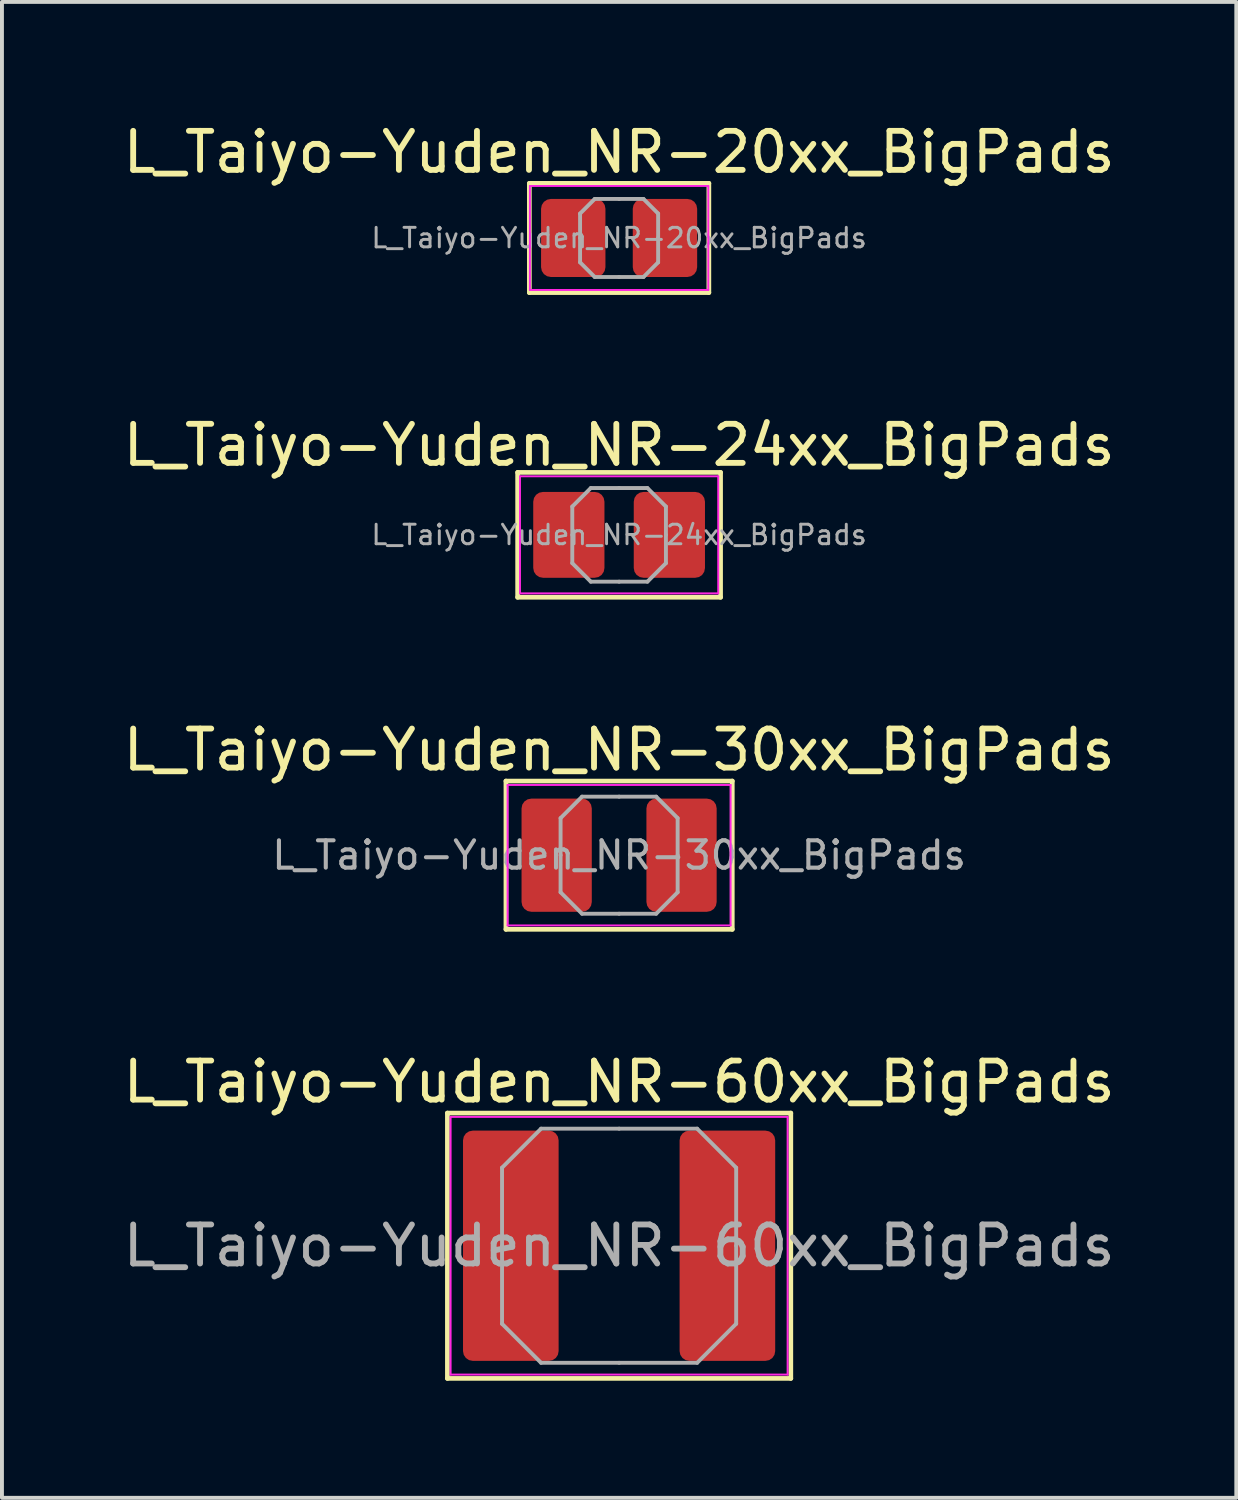
<source format=kicad_pcb>
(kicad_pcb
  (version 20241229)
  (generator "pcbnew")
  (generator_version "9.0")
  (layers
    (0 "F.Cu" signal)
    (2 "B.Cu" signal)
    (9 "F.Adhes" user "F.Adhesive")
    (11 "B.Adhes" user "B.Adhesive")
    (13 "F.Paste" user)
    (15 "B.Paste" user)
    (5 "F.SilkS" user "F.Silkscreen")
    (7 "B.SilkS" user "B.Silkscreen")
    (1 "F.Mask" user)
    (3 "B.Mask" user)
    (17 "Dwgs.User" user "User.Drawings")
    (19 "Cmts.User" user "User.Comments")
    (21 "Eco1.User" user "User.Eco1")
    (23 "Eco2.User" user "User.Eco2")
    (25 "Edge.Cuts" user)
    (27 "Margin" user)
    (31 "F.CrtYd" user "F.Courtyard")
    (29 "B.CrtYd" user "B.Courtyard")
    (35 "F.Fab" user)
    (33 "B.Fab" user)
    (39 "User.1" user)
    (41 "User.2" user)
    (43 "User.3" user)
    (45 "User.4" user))
  (footprint "L_Taiyo-Yuden_NR-24xx_BigPads"
    (layer "F.Cu")
    (at 12.815 10.656)
    (property "Reference" "L_Taiyo-Yuden_NR-24xx_BigPads" (at 0 -2.3 0) (layer "F.SilkS") (effects (font (size 1 1) (thickness 0.15))))
    (attr smd)
    (fp_line (start -2.6 -1.6) (end -2.6 1.6) (stroke (width 0.12) (type solid)) (layer "F.SilkS"))
    (fp_line (start -2.6 1.6) (end 2.6 1.6) (stroke (width 0.12) (type solid)) (layer "F.SilkS"))
    (fp_line (start 2.6 -1.6) (end -2.6 -1.6) (stroke (width 0.12) (type solid)) (layer "F.SilkS"))
    (fp_line (start 2.6 1.6) (end 2.6 -1.6) (stroke (width 0.12) (type solid)) (layer "F.SilkS"))
    (fp_line (start -2.54 -1.5) (end -2.54 1.5) (stroke (width 0.05) (type solid)) (layer "F.CrtYd"))
    (fp_line (start -2.54 1.5) (end 2.54 1.5) (stroke (width 0.05) (type solid)) (layer "F.CrtYd"))
    (fp_line (start 2.54 -1.5) (end -2.54 -1.5) (stroke (width 0.05) (type solid)) (layer "F.CrtYd"))
    (fp_line (start 2.54 1.5) (end 2.54 -1.5) (stroke (width 0.05) (type solid)) (layer "F.CrtYd"))
    (fp_line (start -1.2 -0.725) (end -0.725 -1.2) (stroke (width 0.1) (type solid)) (layer "F.Fab"))
    (fp_line (start -1.2 0) (end -1.2 -0.725) (stroke (width 0.1) (type solid)) (layer "F.Fab"))
    (fp_line (start -1.2 0) (end -1.2 0.725) (stroke (width 0.1) (type solid)) (layer "F.Fab"))
    (fp_line (start -1.2 0.725) (end -0.725 1.2) (stroke (width 0.1) (type solid)) (layer "F.Fab"))
    (fp_line (start -0.725 -1.2) (end 0 -1.2) (stroke (width 0.1) (type solid)) (layer "F.Fab"))
    (fp_line (start -0.725 1.2) (end 0 1.2) (stroke (width 0.1) (type solid)) (layer "F.Fab"))
    (fp_line (start 0.725 -1.2) (end 0 -1.2) (stroke (width 0.1) (type solid)) (layer "F.Fab"))
    (fp_line (start 0.725 1.2) (end 0 1.2) (stroke (width 0.1) (type solid)) (layer "F.Fab"))
    (fp_line (start 1.2 -0.725) (end 0.725 -1.2) (stroke (width 0.1) (type solid)) (layer "F.Fab"))
    (fp_line (start 1.2 0) (end 1.2 -0.725) (stroke (width 0.1) (type solid)) (layer "F.Fab"))
    (fp_line (start 1.2 0) (end 1.2 0.725) (stroke (width 0.1) (type solid)) (layer "F.Fab"))
    (fp_line (start 1.2 0.725) (end 0.725 1.2) (stroke (width 0.1) (type solid)) (layer "F.Fab"))
    (fp_text user "${REFERENCE}" (at 0 0 0) (layer "F.Fab") (effects (font (size 0.5 0.5) (thickness 0.075))))
    (pad "1" smd roundrect (at -1.288 0) (size 1.825 2.2) (layers "F.Cu" "F.Mask" "F.Paste") (roundrect_rratio 0.137))
    (pad "2" smd roundrect (at 1.288 0) (size 1.825 2.2) (layers "F.Cu" "F.Mask" "F.Paste") (roundrect_rratio 0.137)))
  (footprint "L_Taiyo-Yuden_NR-30xx_BigPads"
    (layer "F.Cu")
    (at 12.815 18.865)
    (property "Reference" "L_Taiyo-Yuden_NR-30xx_BigPads" (at 0 -2.7 0) (layer "F.SilkS") (effects (font (size 1 1) (thickness 0.15))))
    (attr smd)
    (fp_line (start -2.9 -1.9) (end -2.9 1.9) (stroke (width 0.12) (type solid)) (layer "F.SilkS"))
    (fp_line (start -2.9 1.9) (end 2.9 1.9) (stroke (width 0.12) (type solid)) (layer "F.SilkS"))
    (fp_line (start 2.9 -1.9) (end -2.9 -1.9) (stroke (width 0.12) (type solid)) (layer "F.SilkS"))
    (fp_line (start 2.9 1.9) (end 2.9 -1.9) (stroke (width 0.12) (type solid)) (layer "F.SilkS"))
    (fp_line (start -2.857 -1.8) (end -2.857 1.8) (stroke (width 0.05) (type solid)) (layer "F.CrtYd"))
    (fp_line (start -2.857 1.8) (end 2.857 1.8) (stroke (width 0.05) (type solid)) (layer "F.CrtYd"))
    (fp_line (start 2.857 -1.8) (end -2.857 -1.8) (stroke (width 0.05) (type solid)) (layer "F.CrtYd"))
    (fp_line (start 2.857 1.8) (end 2.857 -1.8) (stroke (width 0.05) (type solid)) (layer "F.CrtYd"))
    (fp_line (start -1.5 -0.95) (end -0.95 -1.5) (stroke (width 0.1) (type solid)) (layer "F.Fab"))
    (fp_line (start -1.5 0) (end -1.5 -0.95) (stroke (width 0.1) (type solid)) (layer "F.Fab"))
    (fp_line (start -1.5 0) (end -1.5 0.95) (stroke (width 0.1) (type solid)) (layer "F.Fab"))
    (fp_line (start -1.5 0.95) (end -0.95 1.5) (stroke (width 0.1) (type solid)) (layer "F.Fab"))
    (fp_line (start -0.95 -1.5) (end 0 -1.5) (stroke (width 0.1) (type solid)) (layer "F.Fab"))
    (fp_line (start -0.95 1.5) (end 0 1.5) (stroke (width 0.1) (type solid)) (layer "F.Fab"))
    (fp_line (start 0.95 -1.5) (end 0 -1.5) (stroke (width 0.1) (type solid)) (layer "F.Fab"))
    (fp_line (start 0.95 1.5) (end 0 1.5) (stroke (width 0.1) (type solid)) (layer "F.Fab"))
    (fp_line (start 1.5 -0.95) (end 0.95 -1.5) (stroke (width 0.1) (type solid)) (layer "F.Fab"))
    (fp_line (start 1.5 0) (end 1.5 -0.95) (stroke (width 0.1) (type solid)) (layer "F.Fab"))
    (fp_line (start 1.5 0) (end 1.5 0.95) (stroke (width 0.1) (type solid)) (layer "F.Fab"))
    (fp_line (start 1.5 0.95) (end 0.95 1.5) (stroke (width 0.1) (type solid)) (layer "F.Fab"))
    (fp_text user "${REFERENCE}" (at 0 0 0) (layer "F.Fab") (effects (font (size 0.7 0.7) (thickness 0.105))))
    (pad "1" smd roundrect (at -1.6 0) (size 1.8 2.9) (layers "F.Cu" "F.Mask" "F.Paste") (roundrect_rratio 0.139))
    (pad "2" smd roundrect (at 1.6 0) (size 1.8 2.9) (layers "F.Cu" "F.Mask" "F.Paste") (roundrect_rratio 0.139)))
  (footprint "L_Taiyo-Yuden_NR-60xx_BigPads"
    (layer "F.Cu")
    (at 12.815 28.873)
    (property "Reference" "L_Taiyo-Yuden_NR-60xx_BigPads" (at 0 -4.2 0) (layer "F.SilkS") (effects (font (size 1 1) (thickness 0.15))))
    (attr smd)
    (fp_line (start -4.4 -3.4) (end -4.4 3.4) (stroke (width 0.12) (type solid)) (layer "F.SilkS"))
    (fp_line (start -4.4 3.4) (end 4.4 3.4) (stroke (width 0.12) (type solid)) (layer "F.SilkS"))
    (fp_line (start 4.4 -3.4) (end -4.4 -3.4) (stroke (width 0.12) (type solid)) (layer "F.SilkS"))
    (fp_line (start 4.4 3.4) (end 4.4 -3.4) (stroke (width 0.12) (type solid)) (layer "F.SilkS"))
    (fp_line (start -4.318 -3.302) (end -4.318 3.302) (stroke (width 0.05) (type solid)) (layer "F.CrtYd"))
    (fp_line (start -4.318 3.302) (end 4.318 3.302) (stroke (width 0.05) (type solid)) (layer "F.CrtYd"))
    (fp_line (start 4.318 -3.302) (end -4.318 -3.302) (stroke (width 0.05) (type solid)) (layer "F.CrtYd"))
    (fp_line (start 4.318 3.302) (end 4.318 -3.302) (stroke (width 0.05) (type solid)) (layer "F.CrtYd"))
    (fp_line (start -3 -2) (end -2 -3) (stroke (width 0.1) (type solid)) (layer "F.Fab"))
    (fp_line (start -3 0) (end -3 -2) (stroke (width 0.1) (type solid)) (layer "F.Fab"))
    (fp_line (start -3 0) (end -3 2) (stroke (width 0.1) (type solid)) (layer "F.Fab"))
    (fp_line (start -3 2) (end -2 3) (stroke (width 0.1) (type solid)) (layer "F.Fab"))
    (fp_line (start -2 -3) (end 0 -3) (stroke (width 0.1) (type solid)) (layer "F.Fab"))
    (fp_line (start -2 3) (end 0 3) (stroke (width 0.1) (type solid)) (layer "F.Fab"))
    (fp_line (start 2 -3) (end 0 -3) (stroke (width 0.1) (type solid)) (layer "F.Fab"))
    (fp_line (start 2 3) (end 0 3) (stroke (width 0.1) (type solid)) (layer "F.Fab"))
    (fp_line (start 3 -2) (end 2 -3) (stroke (width 0.1) (type solid)) (layer "F.Fab"))
    (fp_line (start 3 0) (end 3 -2) (stroke (width 0.1) (type solid)) (layer "F.Fab"))
    (fp_line (start 3 0) (end 3 2) (stroke (width 0.1) (type solid)) (layer "F.Fab"))
    (fp_line (start 3 2) (end 2 3) (stroke (width 0.1) (type solid)) (layer "F.Fab"))
    (fp_text user "${REFERENCE}" (at 0 0 0) (layer "F.Fab") (effects (font (size 1 1) (thickness 0.15))))
    (pad "1" smd roundrect (at -2.775 0) (size 2.45 5.9) (layers "F.Cu" "F.Mask" "F.Paste") (roundrect_rratio 0.102))
    (pad "2" smd roundrect (at 2.775 0) (size 2.45 5.9) (layers "F.Cu" "F.Mask" "F.Paste") (roundrect_rratio 0.102)))
  (footprint "L_Taiyo-Yuden_NR-20xx_BigPads"
    (layer "F.Cu")
    (at 12.815 3.048)
    (property "Reference" "L_Taiyo-Yuden_NR-20xx_BigPads" (at 0 -2.2 0) (layer "F.SilkS") (effects (font (size 1 1) (thickness 0.15))))
    (attr smd)
    (fp_line (start -2.3 -1.4) (end -2.3 1.4) (stroke (width 0.12) (type solid)) (layer "F.SilkS"))
    (fp_line (start -2.3 1.4) (end 2.3 1.4) (stroke (width 0.12) (type solid)) (layer "F.SilkS"))
    (fp_line (start 2.3 -1.4) (end -2.3 -1.4) (stroke (width 0.12) (type solid)) (layer "F.SilkS"))
    (fp_line (start 2.3 1.4) (end 2.3 -1.4) (stroke (width 0.12) (type solid)) (layer "F.SilkS"))
    (fp_line (start -2.286 -1.333) (end -2.286 1.333) (stroke (width 0.05) (type solid)) (layer "F.CrtYd"))
    (fp_line (start -2.286 1.333) (end 2.286 1.333) (stroke (width 0.05) (type solid)) (layer "F.CrtYd"))
    (fp_line (start 2.286 -1.333) (end -2.286 -1.333) (stroke (width 0.05) (type solid)) (layer "F.CrtYd"))
    (fp_line (start 2.286 1.333) (end 2.286 -1.333) (stroke (width 0.05) (type solid)) (layer "F.CrtYd"))
    (fp_line (start -1 -0.625) (end -0.625 -1) (stroke (width 0.1) (type solid)) (layer "F.Fab"))
    (fp_line (start -1 0) (end -1 -0.625) (stroke (width 0.1) (type solid)) (layer "F.Fab"))
    (fp_line (start -1 0) (end -1 0.625) (stroke (width 0.1) (type solid)) (layer "F.Fab"))
    (fp_line (start -1 0.625) (end -0.625 1) (stroke (width 0.1) (type solid)) (layer "F.Fab"))
    (fp_line (start -0.625 -1) (end 0 -1) (stroke (width 0.1) (type solid)) (layer "F.Fab"))
    (fp_line (start -0.625 1) (end 0 1) (stroke (width 0.1) (type solid)) (layer "F.Fab"))
    (fp_line (start 0.625 -1) (end 0 -1) (stroke (width 0.1) (type solid)) (layer "F.Fab"))
    (fp_line (start 0.625 1) (end 0 1) (stroke (width 0.1) (type solid)) (layer "F.Fab"))
    (fp_line (start 1 -0.625) (end 0.625 -1) (stroke (width 0.1) (type solid)) (layer "F.Fab"))
    (fp_line (start 1 0) (end 1 -0.625) (stroke (width 0.1) (type solid)) (layer "F.Fab"))
    (fp_line (start 1 0) (end 1 0.625) (stroke (width 0.1) (type solid)) (layer "F.Fab"))
    (fp_line (start 1 0.625) (end 0.625 1) (stroke (width 0.1) (type solid)) (layer "F.Fab"))
    (fp_text user "${REFERENCE}" (at 0 0 0) (layer "F.Fab") (effects (font (size 0.5 0.5) (thickness 0.075))))
    (pad "1" smd roundrect (at -1.175 0) (size 1.65 2) (layers "F.Cu" "F.Mask" "F.Paste") (roundrect_rratio 0.152))
    (pad "2" smd roundrect (at 1.175 0) (size 1.65 2) (layers "F.Cu" "F.Mask" "F.Paste") (roundrect_rratio 0.152)))
  (gr_rect
    (start -3 -3)
    (end 28.631 35.333)
    (stroke (width 0.1) (type default))
    (fill no)
    (layer "Edge.Cuts")))
</source>
